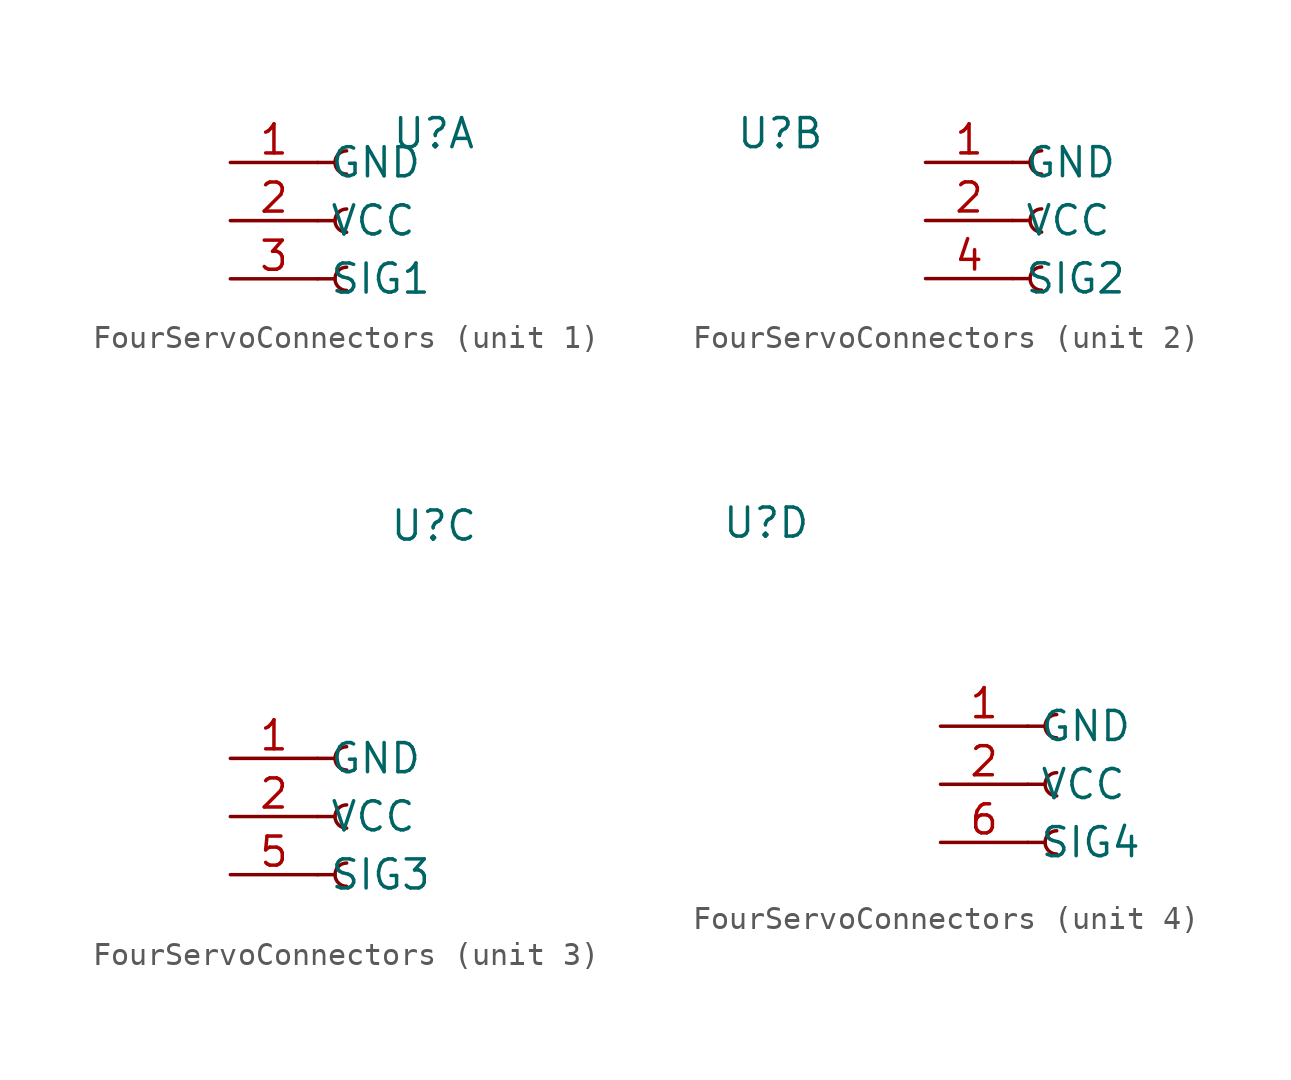
<source format=kicad_sym>
(kicad_symbol_lib
  (version 20220914)
  (generator kicad_symbol_editor)
  (symbol "FourServoConnectors"
    (property "Reference" "U"
      (at 0 7.62 0)
      (effects (font (size 1.27 1.27))))
    (property "Value" ""
      (at 1.27 7.62 0)
      (effects (font (size 1.27 1.27))))
    (property "ki_locked" ""
      (at 0 0 0)
      (effects (font (size 1.27 1.27))))
    (symbol "FourServoConnectors_1_1"
      (arc (start -3.81 1.778) (mid -4.3158 1.27) (end -3.81 0.762) (stroke (width 0.1524) (type default)) (fill (type none)))
      (arc (start -3.81 4.318) (mid -4.3158 3.81) (end -3.81 3.302) (stroke (width 0.1524) (type default)) (fill (type none)))
      (arc (start -3.81 6.858) (mid -4.3158 6.35) (end -3.81 5.842) (stroke (width 0.1524) (type default)) (fill (type none)))
      (polyline (pts (xy -5.08 1.27) (xy -4.318 1.27)) (stroke (width 0.152) (type default)) (fill (type none)))
      (polyline (pts (xy -5.08 3.81) (xy -4.318 3.81)) (stroke (width 0.152) (type default)) (fill (type none)))
      (polyline (pts (xy -5.08 6.35) (xy -4.318 6.35)) (stroke (width 0.152) (type default)) (fill (type none)))
      (pin passive line (at -8.89 6.35 0) (length 3.81) (name "GND" (effects (font (size 1.27 1.27)))) (number "1" (effects (font (size 1.27 1.27)))))
      (pin passive line (at -8.89 3.81 0) (length 3.81) (name "VCC" (effects (font (size 1.27 1.27)))) (number "2" (effects (font (size 1.27 1.27)))))
      (pin passive line (at -8.89 1.27 0) (length 3.81) (name "SIG1" (effects (font (size 1.27 1.27)))) (number "3" (effects (font (size 1.27 1.27))))))
    (symbol "FourServoConnectors_2_1"
      (polyline (pts (xy 10.16 1.27) (xy 10.922 1.27)) (stroke (width 0.152) (type default)) (fill (type none)))
      (polyline (pts (xy 10.16 3.81) (xy 10.922 3.81)) (stroke (width 0.152) (type default)) (fill (type none)))
      (polyline (pts (xy 10.16 6.35) (xy 10.922 6.35)) (stroke (width 0.152) (type default)) (fill (type none)))
      (arc (start 11.43 1.778) (mid 10.924 1.27) (end 11.43 0.762) (stroke (width 0.1524) (type default)) (fill (type none)))
      (arc (start 11.43 4.318) (mid 10.924 3.81) (end 11.43 3.302) (stroke (width 0.1524) (type default)) (fill (type none)))
      (arc (start 11.43 6.858) (mid 10.924 6.35) (end 11.43 5.842) (stroke (width 0.1524) (type default)) (fill (type none)))
      (pin passive line (at 6.35 6.35 0) (length 3.81) (name "GND" (effects (font (size 1.27 1.27)))) (number "1" (effects (font (size 1.27 1.27)))))
      (pin passive line (at 6.35 3.81 0) (length 3.81) (name "VCC" (effects (font (size 1.27 1.27)))) (number "2" (effects (font (size 1.27 1.27)))))
      (pin passive line (at 6.35 1.27 0) (length 3.81) (name "SIG2" (effects (font (size 1.27 1.27)))) (number "4" (effects (font (size 1.27 1.27))))))
    (symbol "FourServoConnectors_3_1"
      (arc (start -3.81 -7.112) (mid -4.316 -7.62) (end -3.81 -8.128) (stroke (width 0.1524) (type default)) (fill (type none)))
      (arc (start -3.81 -4.572) (mid -4.316 -5.08) (end -3.81 -5.588) (stroke (width 0.1524) (type default)) (fill (type none)))
      (arc (start -3.81 -2.032) (mid -4.316 -2.54) (end -3.81 -3.048) (stroke (width 0.1524) (type default)) (fill (type none)))
      (polyline (pts (xy -5.08 -7.62) (xy -4.318 -7.62)) (stroke (width 0.152) (type default)) (fill (type none)))
      (polyline (pts (xy -5.08 -5.08) (xy -4.318 -5.08)) (stroke (width 0.152) (type default)) (fill (type none)))
      (polyline (pts (xy -5.08 -2.54) (xy -4.318 -2.54)) (stroke (width 0.152) (type default)) (fill (type none)))
      (pin passive line (at -8.89 -2.54 0) (length 3.81) (name "GND" (effects (font (size 1.27 1.27)))) (number "1" (effects (font (size 1.27 1.27)))))
      (pin passive line (at -8.89 -5.08 0) (length 3.81) (name "VCC" (effects (font (size 1.27 1.27)))) (number "2" (effects (font (size 1.27 1.27)))))
      (pin passive line (at -8.89 -7.62 0) (length 3.81) (name "SIG3" (effects (font (size 1.27 1.27)))) (number "5" (effects (font (size 1.27 1.27))))))
    (symbol "FourServoConnectors_4_1"
      (polyline (pts (xy 11.43 -6.35) (xy 12.192 -6.35)) (stroke (width 0.152) (type default)) (fill (type none)))
      (polyline (pts (xy 11.43 -3.81) (xy 12.192 -3.81)) (stroke (width 0.152) (type default)) (fill (type none)))
      (polyline (pts (xy 11.43 -1.27) (xy 12.192 -1.27)) (stroke (width 0.152) (type default)) (fill (type none)))
      (arc (start 12.7 -5.842) (mid 12.194 -6.35) (end 12.7 -6.858) (stroke (width 0.1524) (type default)) (fill (type none)))
      (arc (start 12.7 -3.302) (mid 12.194 -3.81) (end 12.7 -4.318) (stroke (width 0.1524) (type default)) (fill (type none)))
      (arc (start 12.7 -0.762) (mid 12.194 -1.27) (end 12.7 -1.778) (stroke (width 0.1524) (type default)) (fill (type none)))
      (pin passive line (at 7.62 -1.27 0) (length 3.81) (name "GND" (effects (font (size 1.27 1.27)))) (number "1" (effects (font (size 1.27 1.27)))))
      (pin passive line (at 7.62 -3.81 0) (length 3.81) (name "VCC" (effects (font (size 1.27 1.27)))) (number "2" (effects (font (size 1.27 1.27)))))
      (pin passive line (at 7.62 -6.35 0) (length 3.81) (name "SIG4" (effects (font (size 1.27 1.27)))) (number "6" (effects (font (size 1.27 1.27))))))))
</source>
